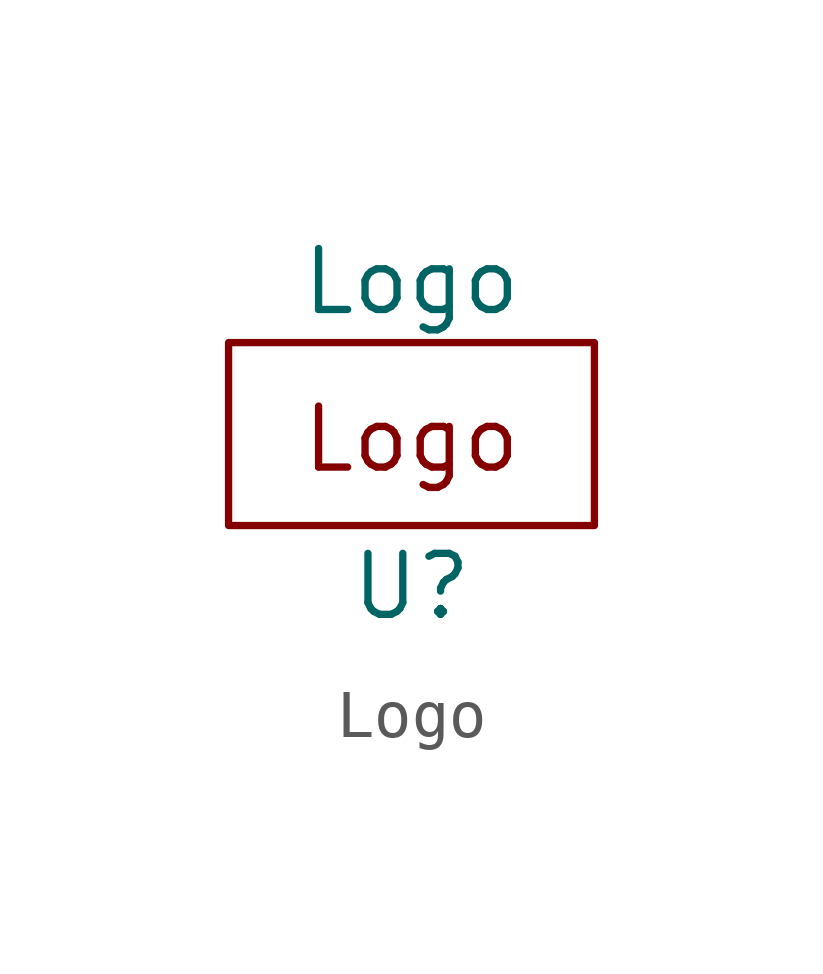
<source format=kicad_sym>
(kicad_symbol_lib
  (version 20211014)
  (generator kicad_symbol_editor)
  (symbol "Logo"
    (pin_names
      (offset 1.016))
    (property "Reference" "U"
      (at 0 -2.54 0)
      (effects (font (size 1.27 1.27))))
    (property "Value" "Logo"
      (at 0 3.81 0)
      (effects (font (size 1.27 1.27))))
    (symbol "Logo_0_0"
      (text "Logo" (at 0 1.27 0) (effects (font (size 1.27 1.27)) (justify top))))
    (symbol "Logo_0_1"
      (rectangle (start -3.81 2.54) (end 3.81 -1.27) (stroke (width 0) (type default) (color 0 0 0 0)) (fill (type none))))))
</source>
